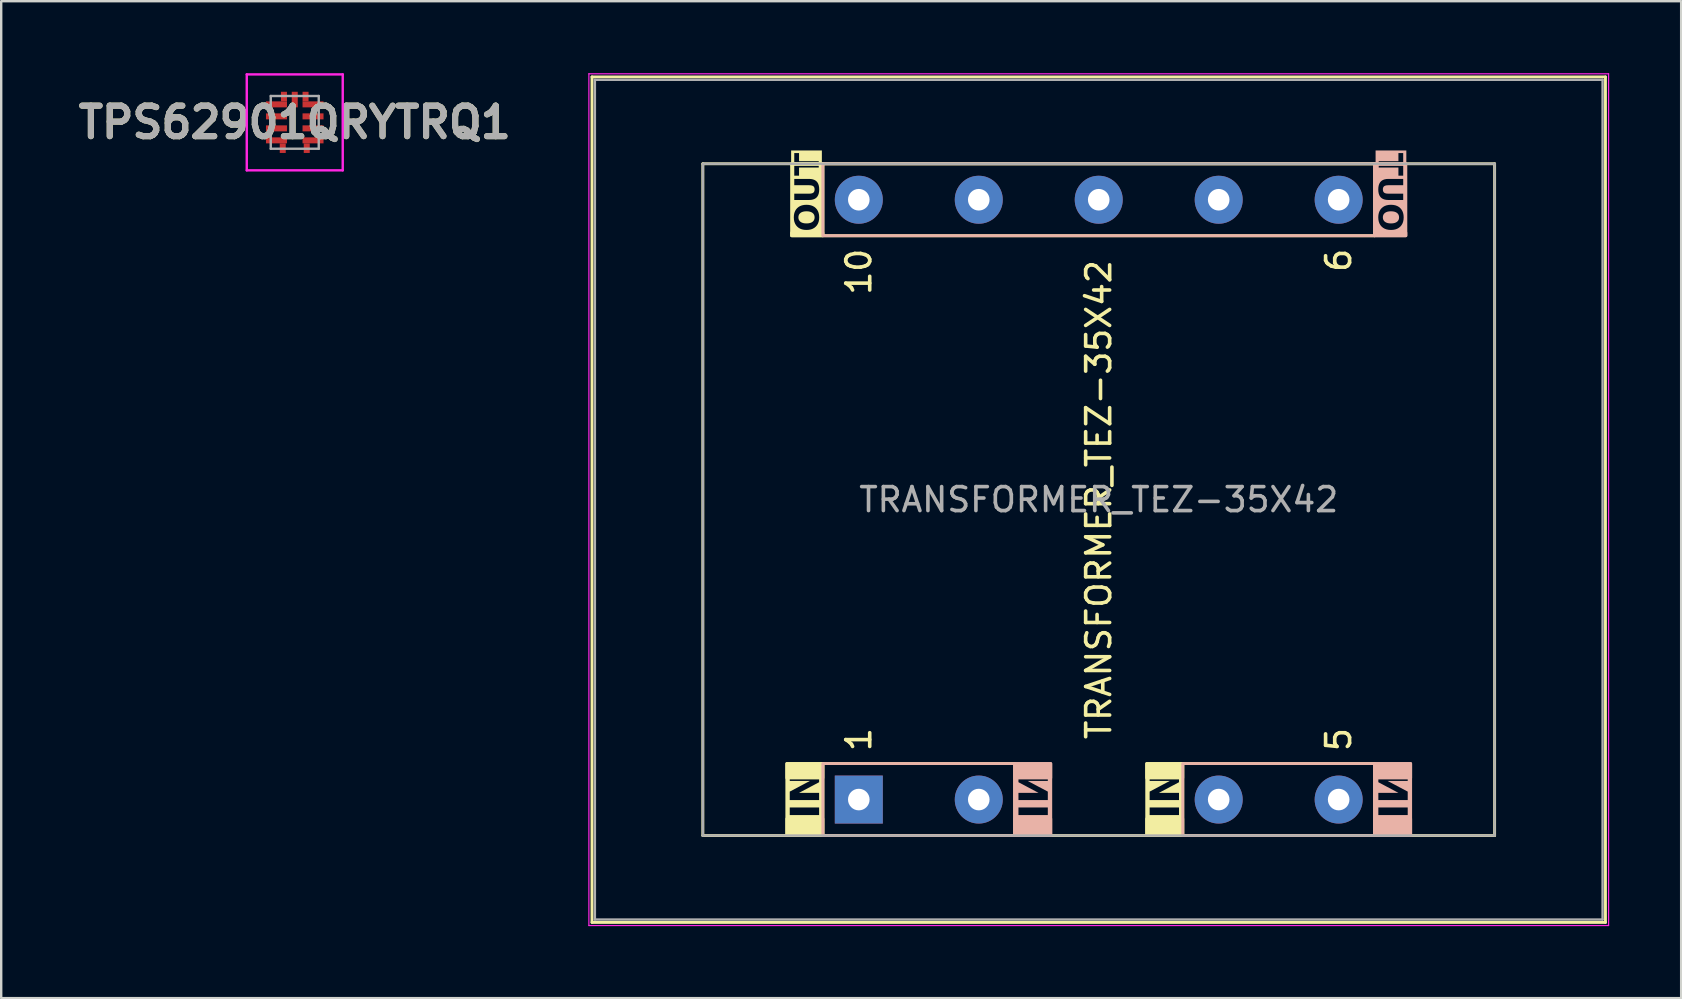
<source format=kicad_pcb>
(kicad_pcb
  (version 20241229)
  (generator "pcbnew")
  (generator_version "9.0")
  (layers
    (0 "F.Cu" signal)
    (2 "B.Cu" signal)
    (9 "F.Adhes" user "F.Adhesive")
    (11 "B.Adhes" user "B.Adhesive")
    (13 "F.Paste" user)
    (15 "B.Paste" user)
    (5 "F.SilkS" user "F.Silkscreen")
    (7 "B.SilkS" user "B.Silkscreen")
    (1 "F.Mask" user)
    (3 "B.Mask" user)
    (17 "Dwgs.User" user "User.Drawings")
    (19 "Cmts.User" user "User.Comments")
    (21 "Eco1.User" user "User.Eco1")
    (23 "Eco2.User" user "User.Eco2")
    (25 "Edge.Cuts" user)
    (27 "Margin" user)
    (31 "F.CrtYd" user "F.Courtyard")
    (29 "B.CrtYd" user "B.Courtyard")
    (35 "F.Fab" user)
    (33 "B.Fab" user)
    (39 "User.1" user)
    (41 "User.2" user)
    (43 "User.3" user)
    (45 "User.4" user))
  (footprint "TRANSFORMER_TEZ-35X42"
    (layer "F.Cu")
    (at 32.744 30.275)
    (property "Reference" "TRANSFORMER_TEZ-35X42" (at 10 -12.5 90) (layer "F.SilkS") (effects (font (size 1 1) (thickness 0.15))))
    (attr through_hole)
    (fp_line (start -11.12 -30.12) (end -11.12 5.12) (stroke (width 0.12) (type solid)) (layer "F.SilkS"))
    (fp_line (start -11.12 -30.12) (end 31.12 -30.12) (stroke (width 0.12) (type solid)) (layer "F.SilkS"))
    (fp_line (start -6.5 -26.5) (end 26.5 -26.5) (stroke (width 0.12) (type solid)) (layer "F.SilkS"))
    (fp_line (start -6.5 1.5) (end -6.5 -26.5) (stroke (width 0.12) (type solid)) (layer "F.SilkS"))
    (fp_line (start 26.5 -26.5) (end 26.5 1.5) (stroke (width 0.12) (type solid)) (layer "F.SilkS"))
    (fp_line (start 26.5 1.5) (end -6.5 1.5) (stroke (width 0.12) (type solid)) (layer "F.SilkS"))
    (fp_line (start 31.12 5.12) (end -11.12 5.12) (stroke (width 0.12) (type solid)) (layer "F.SilkS"))
    (fp_line (start 31.12 5.12) (end 31.12 -30.12) (stroke (width 0.12) (type solid)) (layer "F.SilkS"))
    (fp_rect (start -3 -1.5) (end -1.5 -0.9) (stroke (width 0.12) (type solid)) (fill yes) (layer "F.SilkS"))
    (fp_rect (start -3 -1.5) (end -1.5 1.5) (stroke (width 0.12) (type solid)) (fill no) (layer "F.SilkS"))
    (fp_rect (start -3 0.8) (end -1.5 1.5) (stroke (width 0.12) (type solid)) (fill yes) (layer "F.SilkS"))
    (fp_rect (start -2.8 -26.5) (end -1.5 -26.475) (stroke (width 0.12) (type solid)) (fill yes) (layer "F.SilkS"))
    (fp_rect (start -2.8 -26.5) (end -1.5 -23.5) (stroke (width 0.12) (type solid)) (fill no) (layer "F.SilkS"))
    (fp_rect (start -2.8 -23.625) (end -1.5 -23.5) (stroke (width 0.12) (type solid)) (fill yes) (layer "F.SilkS"))
    (fp_rect (start -1.5 -26.5) (end 21.5 -23.5) (stroke (width 0.12) (type solid)) (fill no) (layer "F.SilkS"))
    (fp_rect (start -1.5 -1.5) (end 6.5 1.5) (stroke (width 0.12) (type solid)) (fill no) (layer "F.SilkS"))
    (fp_rect (start 12 -1.5) (end 13.5 -0.9) (stroke (width 0.12) (type solid)) (fill yes) (layer "F.SilkS"))
    (fp_rect (start 12 -1.5) (end 13.5 1.5) (stroke (width 0.12) (type solid)) (fill no) (layer "F.SilkS"))
    (fp_rect (start 12 0.8) (end 13.5 1.5) (stroke (width 0.12) (type solid)) (fill yes) (layer "F.SilkS"))
    (fp_rect (start 13.5 -1.5) (end 21.5 1.5) (stroke (width 0.12) (type solid)) (fill no) (layer "F.SilkS"))
    (fp_rect (start -1.5 -26.5) (end 21.5 -23.5) (stroke (width 0.12) (type solid)) (fill no) (layer "B.SilkS"))
    (fp_rect (start -1.5 -1.5) (end 6.5 1.5) (stroke (width 0.12) (type solid)) (fill no) (layer "B.SilkS"))
    (fp_rect (start 6.5 -1.5) (end 8 -0.9) (stroke (width 0.12) (type solid)) (fill yes) (layer "B.SilkS"))
    (fp_rect (start 6.5 -1.5) (end 8 1.5) (stroke (width 0.12) (type solid)) (fill no) (layer "B.SilkS"))
    (fp_rect (start 6.5 0.8) (end 8 1.5) (stroke (width 0.12) (type solid)) (fill yes) (layer "B.SilkS"))
    (fp_rect (start 13.5 -1.5) (end 21.5 1.5) (stroke (width 0.12) (type solid)) (fill no) (layer "B.SilkS"))
    (fp_rect (start 21.5 -26.5) (end 22.8 -26.475) (stroke (width 0.12) (type solid)) (fill yes) (layer "B.SilkS"))
    (fp_rect (start 21.5 -26.5) (end 22.8 -23.5) (stroke (width 0.12) (type solid)) (fill no) (layer "B.SilkS"))
    (fp_rect (start 21.5 -23.625) (end 22.8 -23.5) (stroke (width 0.12) (type solid)) (fill yes) (layer "B.SilkS"))
    (fp_rect (start 21.5 -1.5) (end 23 -0.9) (stroke (width 0.12) (type solid)) (fill yes) (layer "B.SilkS"))
    (fp_rect (start 21.5 -1.5) (end 23 1.5) (stroke (width 0.12) (type solid)) (fill no) (layer "B.SilkS"))
    (fp_rect (start 21.5 0.8) (end 23 1.5) (stroke (width 0.12) (type solid)) (fill yes) (layer "B.SilkS"))
    (fp_line (start -11.25 -30.25) (end -11.25 5.25) (stroke (width 0.05) (type solid)) (layer "F.CrtYd"))
    (fp_line (start -11.25 -30.25) (end 31.25 -30.25) (stroke (width 0.05) (type solid)) (layer "F.CrtYd"))
    (fp_line (start 31.25 5.25) (end -11.25 5.25) (stroke (width 0.05) (type solid)) (layer "F.CrtYd"))
    (fp_line (start 31.25 5.25) (end 31.25 -30.25) (stroke (width 0.05) (type solid)) (layer "F.CrtYd"))
    (fp_line (start -11 -30) (end 31 -30) (stroke (width 0.1) (type solid)) (layer "F.Fab"))
    (fp_line (start -11 5) (end -11 -30) (stroke (width 0.1) (type solid)) (layer "F.Fab"))
    (fp_line (start -6.5 -26.5) (end -6.5 1.5) (stroke (width 0.1) (type solid)) (layer "F.Fab"))
    (fp_line (start -6.5 1.5) (end 26.5 1.5) (stroke (width 0.1) (type solid)) (layer "F.Fab"))
    (fp_line (start 26.5 -26.5) (end -6.5 -26.5) (stroke (width 0.1) (type solid)) (layer "F.Fab"))
    (fp_line (start 26.5 1.5) (end 26.5 -26.5) (stroke (width 0.1) (type solid)) (layer "F.Fab"))
    (fp_line (start 31 -30) (end 31 5) (stroke (width 0.1) (type solid)) (layer "F.Fab"))
    (fp_line (start 31 5) (end -11 5) (stroke (width 0.1) (type solid)) (layer "F.Fab"))
    (fp_text user "IN" (at -1.45 0.8 90) (unlocked yes) (layer "F.SilkS" knockout) (effects (font (face "Century Gothic") (size 1.2 1.2) (thickness 0.2) (bold yes)) (justify left bottom)))
    (fp_text user "OUT" (at -1.5 -23.671 90) (unlocked yes) (layer "F.SilkS" knockout) (effects (font (face "Century Gothic") (size 1 1) (thickness 0.2) (bold yes)) (justify left bottom)))
    (fp_text user "IN" (at 13.55 0.8 90) (unlocked yes) (layer "F.SilkS" knockout) (effects (font (face "Century Gothic") (size 1.2 1.2) (thickness 0.2) (bold yes)) (justify left bottom)))
    (fp_text user "1" (at 0 -2.5 90) (layer "F.SilkS") (effects (font (size 1 1) (thickness 0.15))))
    (fp_text user "5" (at 20 -2.5 90) (layer "F.SilkS") (effects (font (size 1 1) (thickness 0.15))))
    (fp_text user "10" (at 0 -22 90) (layer "F.SilkS") (effects (font (size 1 1) (thickness 0.15))))
    (fp_text user "6" (at 20 -22.476 90) (layer "F.SilkS") (effects (font (size 1 1) (thickness 0.15))))
    (fp_text user "IN" (at 21.45 0.8 270) (unlocked yes) (layer "B.SilkS" knockout) (effects (font (face "Century Gothic") (size 1.2 1.2) (thickness 0.2) (bold yes)) (justify left bottom mirror)))
    (fp_text user "OUT" (at 21.5 -23.671 270) (unlocked yes) (layer "B.SilkS" knockout) (effects (font (face "Century Gothic") (size 1 1) (thickness 0.2) (bold yes)) (justify left bottom mirror)))
    (fp_text user "IN" (at 6.45 0.8 270) (unlocked yes) (layer "B.SilkS" knockout) (effects (font (face "Century Gothic") (size 1.2 1.2) (thickness 0.2) (bold yes)) (justify left bottom mirror)))
    (fp_text user "${REFERENCE}" (at 10 -12.5 0) (layer "F.Fab") (effects (font (size 1 1) (thickness 0.15))))
    (pad "1" thru_hole rect (at 0 0) (size 2 2) (drill 0.9) (layers "*.Cu" "*.Mask"))
    (pad "2" thru_hole circle (at 5 0) (size 2 2) (drill 0.9) (layers "*.Cu" "*.Mask"))
    (pad "4" thru_hole circle (at 15 0) (size 2 2) (drill 0.9) (layers "*.Cu" "*.Mask"))
    (pad "5" thru_hole circle (at 20 0) (size 2 2) (drill 0.9) (layers "*.Cu" "*.Mask"))
    (pad "6" thru_hole circle (at 20 -25) (size 2 2) (drill 0.9) (layers "*.Cu" "*.Mask"))
    (pad "7" thru_hole circle (at 15 -25) (size 2 2) (drill 0.9) (layers "*.Cu" "*.Mask"))
    (pad "8" thru_hole circle (at 10 -25) (size 2 2) (drill 0.9) (layers "*.Cu" "*.Mask"))
    (pad "9" thru_hole circle (at 5 -25) (size 2 2) (drill 0.9) (layers "*.Cu" "*.Mask"))
    (pad "10" thru_hole circle (at 0 -25) (size 2 2) (drill 0.9) (layers "*.Cu" "*.Mask")))
  (footprint "TPS62901QRYTRQ1"
    (layer "F.Cu")
    (at 9.235 2.05)
    (property "Reference" "TPS62901QRYTRQ1" (at 0 0 0) (layer "F.SilkS") (effects (font (size 1.27 1.27) (thickness 0.254))))
    (attr smd)
    (fp_line (start -1.7 -0.2) (end -1.7 -0.2) (stroke (width 0.1) (type solid)) (layer "F.SilkS"))
    (fp_line (start -1.6 -0.2) (end -1.6 -0.2) (stroke (width 0.1) (type solid)) (layer "F.SilkS"))
    (fp_arc (start -1.7 -0.2) (mid -1.65 -0.25) (end -1.6 -0.2) (stroke (width 0.1) (type solid)) (layer "F.SilkS"))
    (fp_arc (start -1.6 -0.2) (mid -1.65 -0.15) (end -1.7 -0.2) (stroke (width 0.1) (type solid)) (layer "F.SilkS"))
    (fp_line (start -2 -2) (end 2 -2) (stroke (width 0.1) (type solid)) (layer "F.CrtYd"))
    (fp_line (start -2 2) (end -2 -2) (stroke (width 0.1) (type solid)) (layer "F.CrtYd"))
    (fp_line (start 2 -2) (end 2 2) (stroke (width 0.1) (type solid)) (layer "F.CrtYd"))
    (fp_line (start 2 2) (end -2 2) (stroke (width 0.1) (type solid)) (layer "F.CrtYd"))
    (fp_line (start -1 -1.1) (end 1 -1.1) (stroke (width 0.1) (type solid)) (layer "F.Fab"))
    (fp_line (start -1 1.1) (end -1 -1.1) (stroke (width 0.1) (type solid)) (layer "F.Fab"))
    (fp_line (start 1 -1.1) (end 1 1.1) (stroke (width 0.1) (type solid)) (layer "F.Fab"))
    (fp_line (start 1 1.1) (end -1 1.1) (stroke (width 0.1) (type solid)) (layer "F.Fab"))
    (fp_text user "${REFERENCE}" (at 0 0 0) (layer "F.Fab") (effects (font (size 1.27 1.27) (thickness 0.254))))
    (pad "1" smd rect (at -0.762 -0.25 90) (size 0.25 0.875) (layers "F.Cu" "F.Mask" "F.Paste"))
    (pad "2" smd rect (at -0.762 0.25 90) (size 0.25 0.875) (layers "F.Cu" "F.Mask" "F.Paste"))
    (pad "3" smd rect (at -0.762 0.75 90) (size 0.25 0.875) (layers "F.Cu" "F.Mask" "F.Paste"))
    (pad "3" smd rect (at -0.5 1.075) (size 0.25 0.4) (layers "F.Cu" "F.Mask" "F.Paste"))
    (pad "4" smd rect (at 0.5 1.075) (size 0.25 0.4) (layers "F.Cu" "F.Mask" "F.Paste"))
    (pad "4" smd rect (at 0.762 0.75 90) (size 0.25 0.875) (layers "F.Cu" "F.Mask" "F.Paste"))
    (pad "5" smd rect (at 0.762 0.25 90) (size 0.25 0.875) (layers "F.Cu" "F.Mask" "F.Paste"))
    (pad "6" smd rect (at 0.762 -0.25 90) (size 0.25 0.875) (layers "F.Cu" "F.Mask" "F.Paste"))
    (pad "7" smd rect (at 0.45 -1.075) (size 0.25 0.4) (layers "F.Cu" "F.Mask" "F.Paste"))
    (pad "7" smd rect (at 0.762 -0.75 90) (size 0.25 0.875) (layers "F.Cu" "F.Mask" "F.Paste"))
    (pad "8" smd rect (at 0 -0.95) (size 0.25 0.65) (layers "F.Cu" "F.Mask" "F.Paste"))
    (pad "9" smd rect (at -0.762 -0.75 90) (size 0.25 0.875) (layers "F.Cu" "F.Mask" "F.Paste"))
    (pad "9" smd rect (at -0.45 -1.075) (size 0.25 0.4) (layers "F.Cu" "F.Mask" "F.Paste")))
  (gr_rect
    (start -3 -3)
    (end 67.019 38.55)
    (stroke (width 0.1) (type default))
    (fill no)
    (layer "Edge.Cuts")))
</source>
